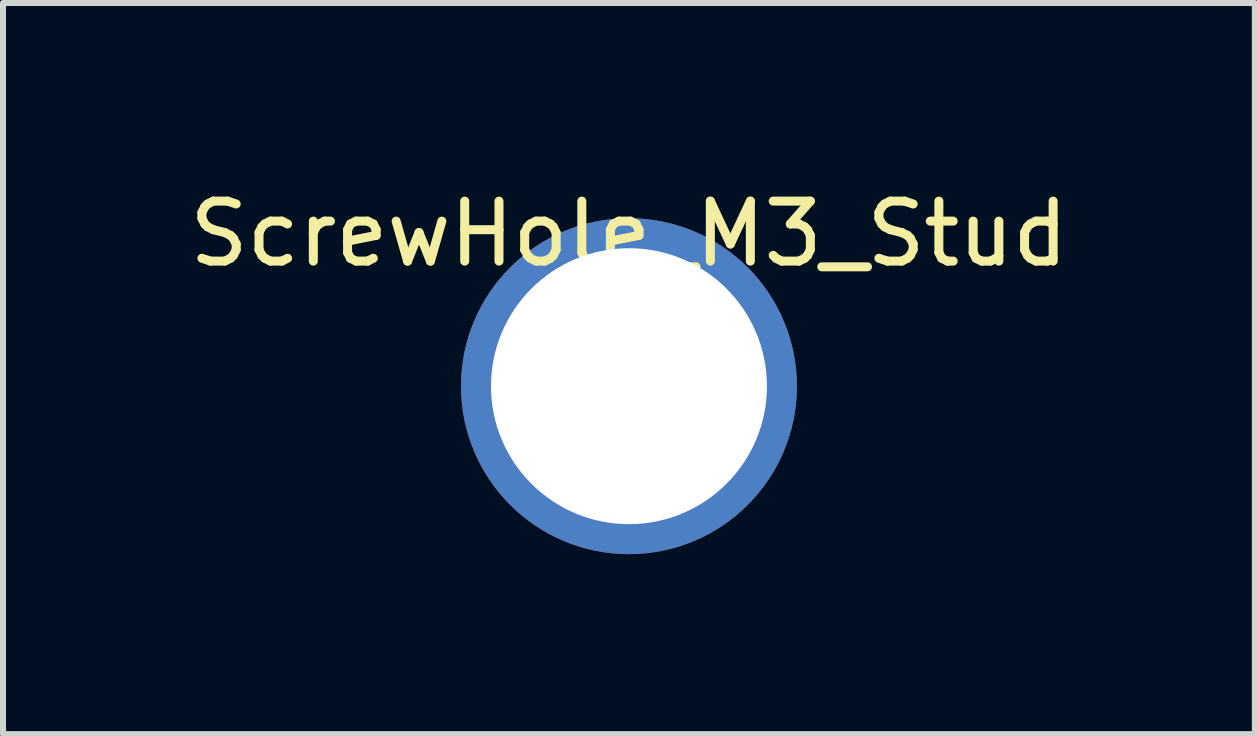
<source format=kicad_pcb>
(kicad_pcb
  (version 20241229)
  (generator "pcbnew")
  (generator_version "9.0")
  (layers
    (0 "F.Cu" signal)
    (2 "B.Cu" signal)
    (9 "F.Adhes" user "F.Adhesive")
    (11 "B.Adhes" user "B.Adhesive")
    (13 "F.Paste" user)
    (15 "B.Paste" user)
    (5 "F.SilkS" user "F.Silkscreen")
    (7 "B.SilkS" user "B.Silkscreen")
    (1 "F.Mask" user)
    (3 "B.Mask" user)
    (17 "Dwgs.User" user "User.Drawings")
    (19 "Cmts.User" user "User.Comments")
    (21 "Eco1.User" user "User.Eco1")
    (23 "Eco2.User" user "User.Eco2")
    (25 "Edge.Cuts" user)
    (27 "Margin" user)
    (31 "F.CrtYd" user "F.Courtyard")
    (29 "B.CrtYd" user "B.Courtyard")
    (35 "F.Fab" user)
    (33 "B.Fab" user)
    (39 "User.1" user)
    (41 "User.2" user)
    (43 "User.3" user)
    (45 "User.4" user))
  (footprint "ScrewHole_M3_Stud"
    (layer "F.Cu")
    (at 7.435 3.388)
    (property "Reference" "ScrewHole_M3_Stud" (at 0 -2.54 0) (unlocked yes) (layer "F.SilkS") (effects (font (size 1 1) (thickness 0.15))))
    (attr through_hole)
    (pad "5" thru_hole circle (at 0 0) (size 5.6 5.6) (drill 4.6) (layers "*.Cu" "*.Mask")))
  (gr_rect
    (start -3 -3)
    (end 17.869 9.188)
    (stroke (width 0.1) (type default))
    (fill no)
    (layer "Edge.Cuts")))
</source>
